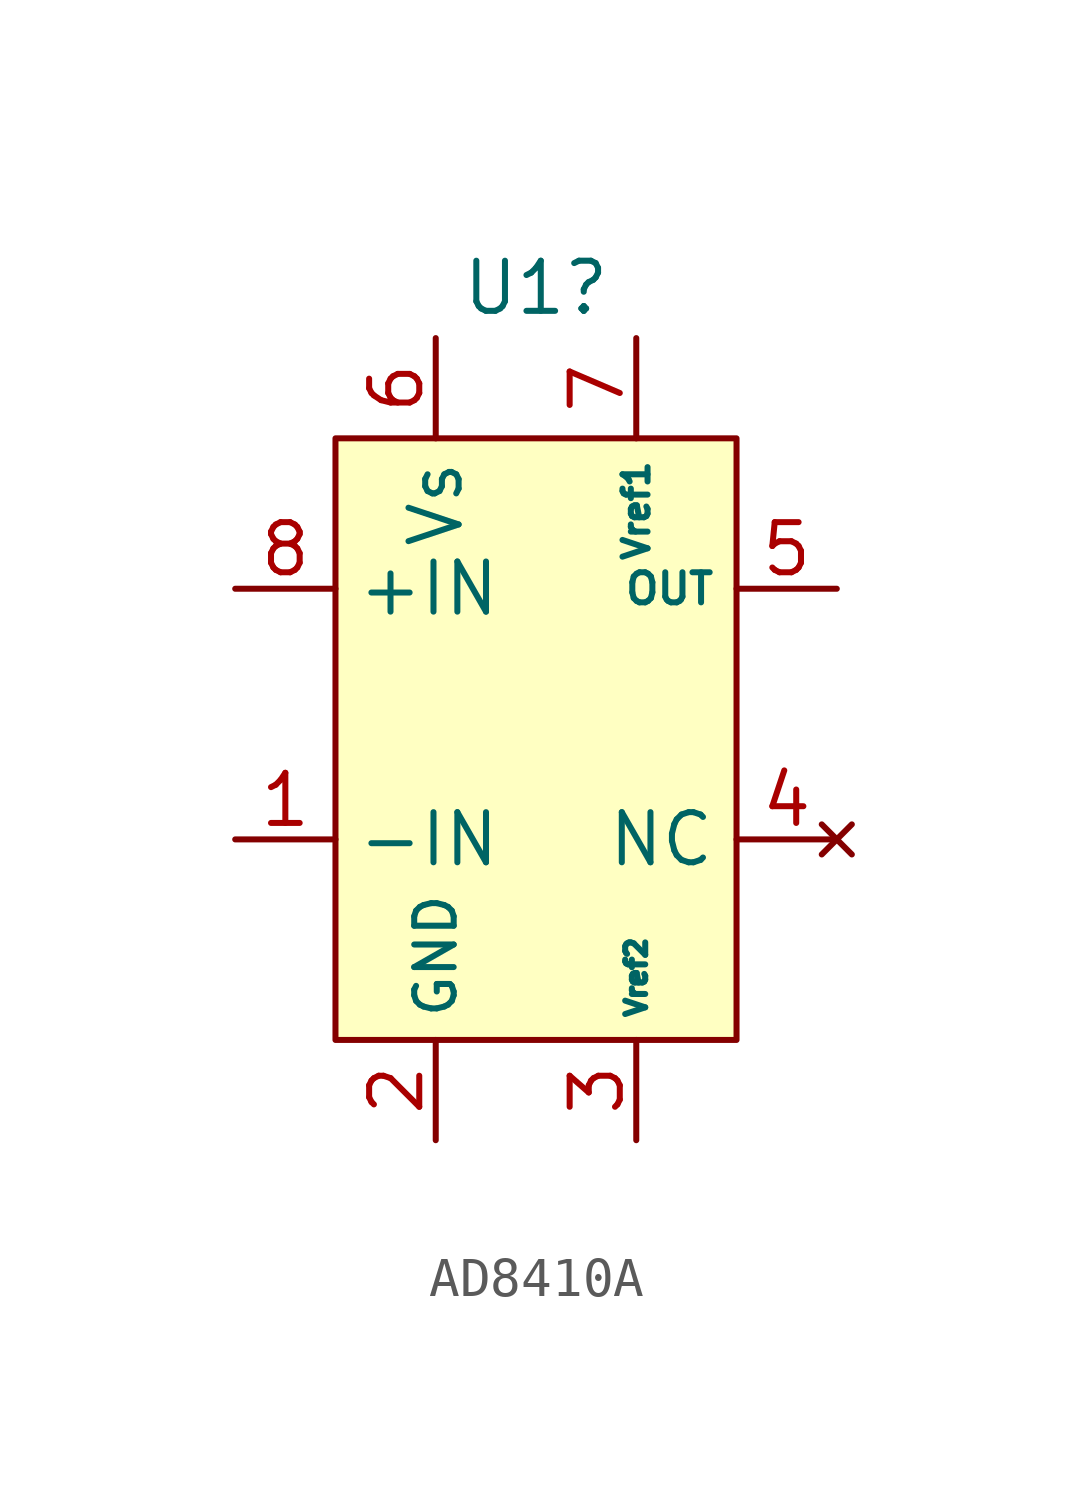
<source format=kicad_sym>
(kicad_symbol_lib
  (version 20241209)
  (generator "kicad_symbol_editor")
  (generator_version "9.0")
  (symbol "AD8410A"
    (property "Reference" "U1"
      (at 0 10.16 0)
      (effects (font (size 1.27 1.27))))
    (property "Value" ""
      (at -1.905 0.635 0)
      (effects (font (size 1.27 1.27))))
    (symbol "AD8410A_1_1"
      (rectangle (start -5.08 6.35) (end 5.08 -8.89) (stroke (width 0) (type default)) (fill (type color) (color 255 255 194 1)))
      (pin input line (at -7.62 2.54 0) (length 2.54) (name "+IN" (effects (font (size 1.27 1.27)))) (number "8" (effects (font (size 1.27 1.27)))))
      (pin input line (at -7.62 -3.81 0) (length 2.54) (name "-IN" (effects (font (size 1.27 1.27)))) (number "1" (effects (font (size 1.27 1.27)))))
      (pin input line (at -2.54 8.89 270) (length 2.54) (name "Vs" (effects (font (size 1.27 1.27)))) (number "6" (effects (font (size 1.27 1.27)))))
      (pin passive line (at -2.54 -11.43 90) (length 2.54) (name "GND" (effects (font (size 1 1)))) (number "2" (effects (font (size 1.27 1.27)))))
      (pin input line (at 2.54 8.89 270) (length 2.54) (name "Vref1" (effects (font (size 0.635 0.635)))) (number "7" (effects (font (size 1.27 1.27)))))
      (pin input line (at 2.54 -11.43 90) (length 2.54) (name "Vref2" (effects (font (size 0.508 0.508)))) (number "3" (effects (font (size 1.27 1.27)))))
      (pin output line (at 7.62 2.54 180) (length 2.54) (name "OUT" (effects (font (size 0.762 0.762)))) (number "5" (effects (font (size 1.27 1.27)))))
      (pin no_connect line (at 7.62 -3.81 180) (length 2.54) (name "NC" (effects (font (size 1.27 1.27)))) (number "4" (effects (font (size 1.27 1.27))))))))
</source>
